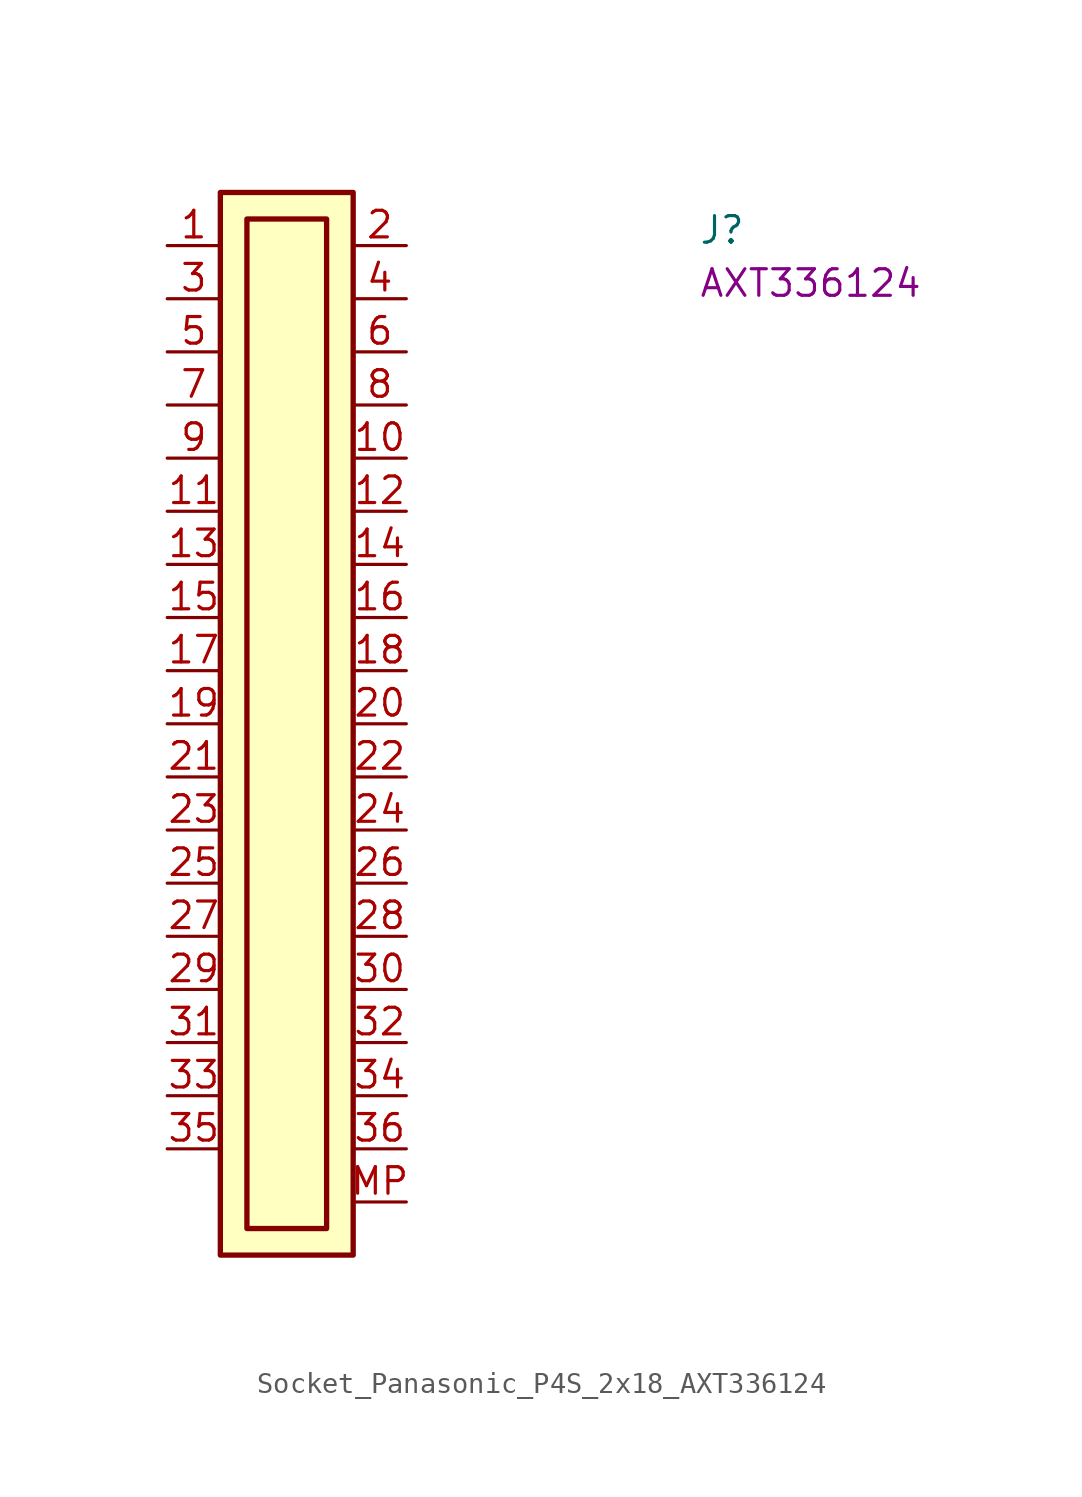
<source format=kicad_sym>
(kicad_symbol_lib
  (version 20220914)
  (generator kicad_symbol_editor)
  (symbol "Socket_Panasonic_P4S_2x18_AXT336124"
    (property "Reference" "J"
      (at 25.4 0 0)
      (effects (font (size 1.27 1.27) (thickness 0.15)) (justify left bottom)))
    (property "MPN" "AXT336124"
      (at 25.4 -2.54 0)
      (effects (font (size 1.27 1.27) (thickness 0.15)) (justify left bottom)))
    (symbol "Socket_Panasonic_P4S_2x18_AXT336124_1_1"
      (rectangle (start 2.54 2.54) (end 8.89 -48.26) (stroke (width 0.254) (type default)) (fill (type background)))
      (rectangle (start 3.81 1.27) (end 7.62 -46.99) (stroke (width 0.254) (type default)) (fill (type background)))
      (pin passive line (at 0 0 0) (length 2.54) (name "~" (effects (font (size 1.27 1.27)))) (number "1" (effects (font (size 1.27 1.27)))))
      (pin passive line (at 11.43 -10.16 180) (length 2.54) (name "~" (effects (font (size 1.27 1.27)))) (number "10" (effects (font (size 1.27 1.27)))))
      (pin passive line (at 0 -12.7 0) (length 2.54) (name "~" (effects (font (size 1.27 1.27)))) (number "11" (effects (font (size 1.27 1.27)))))
      (pin passive line (at 11.43 -12.7 180) (length 2.54) (name "~" (effects (font (size 1.27 1.27)))) (number "12" (effects (font (size 1.27 1.27)))))
      (pin passive line (at 0 -15.24 0) (length 2.54) (name "~" (effects (font (size 1.27 1.27)))) (number "13" (effects (font (size 1.27 1.27)))))
      (pin passive line (at 11.43 -15.24 180) (length 2.54) (name "~" (effects (font (size 1.27 1.27)))) (number "14" (effects (font (size 1.27 1.27)))))
      (pin passive line (at 0 -17.78 0) (length 2.54) (name "~" (effects (font (size 1.27 1.27)))) (number "15" (effects (font (size 1.27 1.27)))))
      (pin passive line (at 11.43 -17.78 180) (length 2.54) (name "~" (effects (font (size 1.27 1.27)))) (number "16" (effects (font (size 1.27 1.27)))))
      (pin passive line (at 0 -20.32 0) (length 2.54) (name "~" (effects (font (size 1.27 1.27)))) (number "17" (effects (font (size 1.27 1.27)))))
      (pin passive line (at 11.43 -20.32 180) (length 2.54) (name "~" (effects (font (size 1.27 1.27)))) (number "18" (effects (font (size 1.27 1.27)))))
      (pin passive line (at 0 -22.86 0) (length 2.54) (name "~" (effects (font (size 1.27 1.27)))) (number "19" (effects (font (size 1.27 1.27)))))
      (pin passive line (at 11.43 0 180) (length 2.54) (name "~" (effects (font (size 1.27 1.27)))) (number "2" (effects (font (size 1.27 1.27)))))
      (pin passive line (at 11.43 -22.86 180) (length 2.54) (name "~" (effects (font (size 1.27 1.27)))) (number "20" (effects (font (size 1.27 1.27)))))
      (pin passive line (at 0 -25.4 0) (length 2.54) (name "~" (effects (font (size 1.27 1.27)))) (number "21" (effects (font (size 1.27 1.27)))))
      (pin passive line (at 11.43 -25.4 180) (length 2.54) (name "~" (effects (font (size 1.27 1.27)))) (number "22" (effects (font (size 1.27 1.27)))))
      (pin passive line (at 0 -27.94 0) (length 2.54) (name "~" (effects (font (size 1.27 1.27)))) (number "23" (effects (font (size 1.27 1.27)))))
      (pin passive line (at 11.43 -27.94 180) (length 2.54) (name "~" (effects (font (size 1.27 1.27)))) (number "24" (effects (font (size 1.27 1.27)))))
      (pin passive line (at 0 -30.48 0) (length 2.54) (name "~" (effects (font (size 1.27 1.27)))) (number "25" (effects (font (size 1.27 1.27)))))
      (pin passive line (at 11.43 -30.48 180) (length 2.54) (name "~" (effects (font (size 1.27 1.27)))) (number "26" (effects (font (size 1.27 1.27)))))
      (pin passive line (at 0 -33.02 0) (length 2.54) (name "~" (effects (font (size 1.27 1.27)))) (number "27" (effects (font (size 1.27 1.27)))))
      (pin passive line (at 11.43 -33.02 180) (length 2.54) (name "~" (effects (font (size 1.27 1.27)))) (number "28" (effects (font (size 1.27 1.27)))))
      (pin passive line (at 0 -35.56 0) (length 2.54) (name "~" (effects (font (size 1.27 1.27)))) (number "29" (effects (font (size 1.27 1.27)))))
      (pin passive line (at 0 -2.54 0) (length 2.54) (name "~" (effects (font (size 1.27 1.27)))) (number "3" (effects (font (size 1.27 1.27)))))
      (pin passive line (at 11.43 -35.56 180) (length 2.54) (name "~" (effects (font (size 1.27 1.27)))) (number "30" (effects (font (size 1.27 1.27)))))
      (pin passive line (at 0 -38.1 0) (length 2.54) (name "~" (effects (font (size 1.27 1.27)))) (number "31" (effects (font (size 1.27 1.27)))))
      (pin passive line (at 11.43 -38.1 180) (length 2.54) (name "~" (effects (font (size 1.27 1.27)))) (number "32" (effects (font (size 1.27 1.27)))))
      (pin passive line (at 0 -40.64 0) (length 2.54) (name "~" (effects (font (size 1.27 1.27)))) (number "33" (effects (font (size 1.27 1.27)))))
      (pin passive line (at 11.43 -40.64 180) (length 2.54) (name "~" (effects (font (size 1.27 1.27)))) (number "34" (effects (font (size 1.27 1.27)))))
      (pin passive line (at 0 -43.18 0) (length 2.54) (name "~" (effects (font (size 1.27 1.27)))) (number "35" (effects (font (size 1.27 1.27)))))
      (pin passive line (at 11.43 -43.18 180) (length 2.54) (name "~" (effects (font (size 1.27 1.27)))) (number "36" (effects (font (size 1.27 1.27)))))
      (pin passive line (at 11.43 -2.54 180) (length 2.54) (name "~" (effects (font (size 1.27 1.27)))) (number "4" (effects (font (size 1.27 1.27)))))
      (pin passive line (at 0 -5.08 0) (length 2.54) (name "~" (effects (font (size 1.27 1.27)))) (number "5" (effects (font (size 1.27 1.27)))))
      (pin passive line (at 11.43 -5.08 180) (length 2.54) (name "~" (effects (font (size 1.27 1.27)))) (number "6" (effects (font (size 1.27 1.27)))))
      (pin passive line (at 0 -7.62 0) (length 2.54) (name "~" (effects (font (size 1.27 1.27)))) (number "7" (effects (font (size 1.27 1.27)))))
      (pin passive line (at 11.43 -7.62 180) (length 2.54) (name "~" (effects (font (size 1.27 1.27)))) (number "8" (effects (font (size 1.27 1.27)))))
      (pin passive line (at 0 -10.16 0) (length 2.54) (name "~" (effects (font (size 1.27 1.27)))) (number "9" (effects (font (size 1.27 1.27)))))
      (pin passive line (at 11.43 -45.72 180) (length 2.54) (name "~" (effects (font (size 1.27 1.27)))) (number "MP" (effects (font (size 1.27 1.27))))))))
</source>
